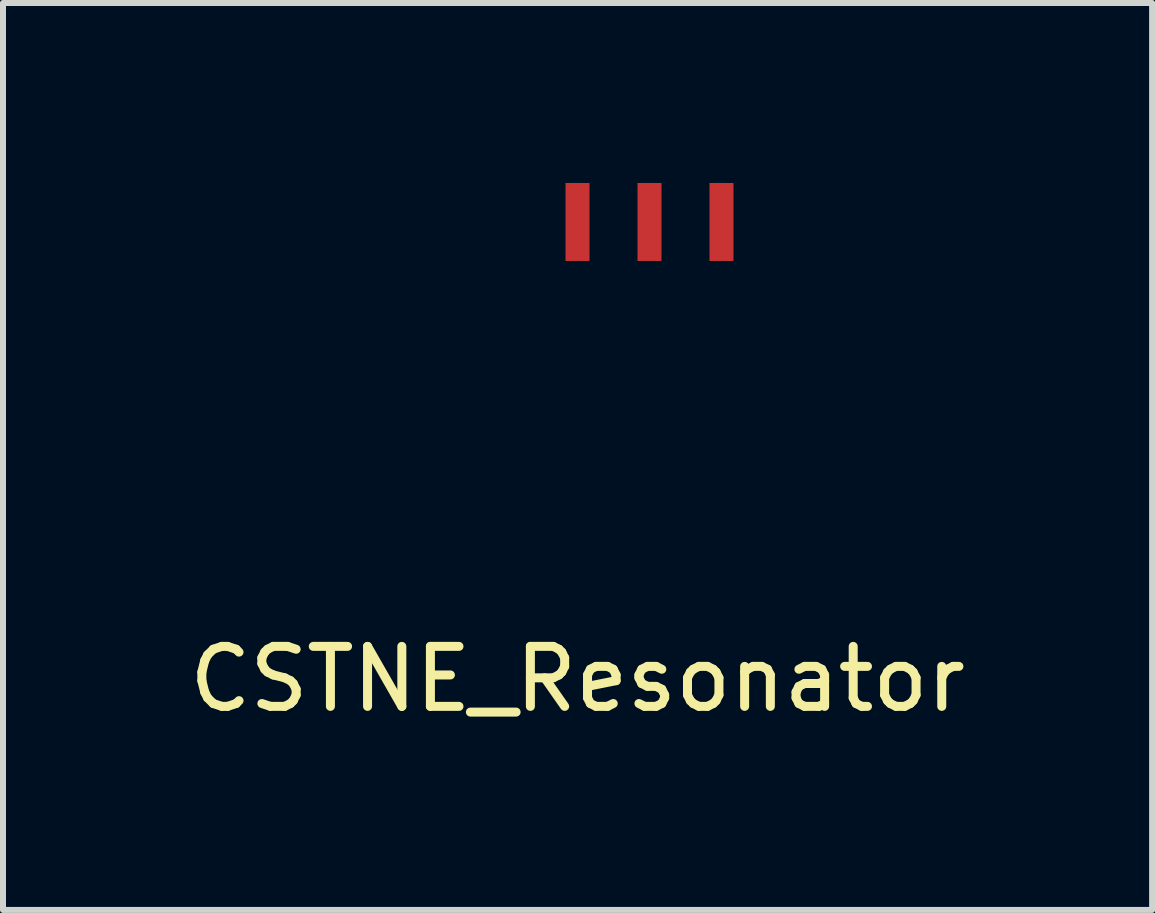
<source format=kicad_pcb>
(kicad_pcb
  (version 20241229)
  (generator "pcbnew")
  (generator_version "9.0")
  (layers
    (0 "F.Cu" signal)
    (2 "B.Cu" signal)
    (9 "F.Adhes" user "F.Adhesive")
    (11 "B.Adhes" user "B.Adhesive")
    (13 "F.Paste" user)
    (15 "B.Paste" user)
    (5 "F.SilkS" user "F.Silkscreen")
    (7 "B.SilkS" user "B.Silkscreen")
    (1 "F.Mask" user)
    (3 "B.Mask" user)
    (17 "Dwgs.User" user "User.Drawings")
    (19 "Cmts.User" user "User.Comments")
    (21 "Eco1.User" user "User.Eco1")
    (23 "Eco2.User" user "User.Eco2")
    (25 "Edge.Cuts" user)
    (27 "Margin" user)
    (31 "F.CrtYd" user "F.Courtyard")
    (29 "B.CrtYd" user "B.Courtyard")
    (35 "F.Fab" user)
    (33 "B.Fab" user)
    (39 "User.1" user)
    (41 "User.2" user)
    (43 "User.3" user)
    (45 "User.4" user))
  (footprint "CSTNE_Resonator"
    (layer "F.Cu")
    (at 6.577 0.65)
    (property "Reference" "CSTNE_Resonator" (at 0 7.62 0) (layer "F.SilkS") (effects (font (size 1 1) (thickness 0.15))))
    (attr through_hole)
    (pad "1" smd rect (at 0 0) (size 0.4 1.3) (layers "F.Cu" "F.Mask" "F.Paste"))
    (pad "2" smd rect (at 1.2 0) (size 0.4 1.3) (layers "F.Cu" "F.Mask" "F.Paste"))
    (pad "3" smd rect (at 2.4 0) (size 0.4 1.3) (layers "F.Cu" "F.Mask" "F.Paste")))
  (gr_rect
    (start -3 -3)
    (end 16.155 12.118)
    (stroke (width 0.1) (type default))
    (fill no)
    (layer "Edge.Cuts")))
</source>
